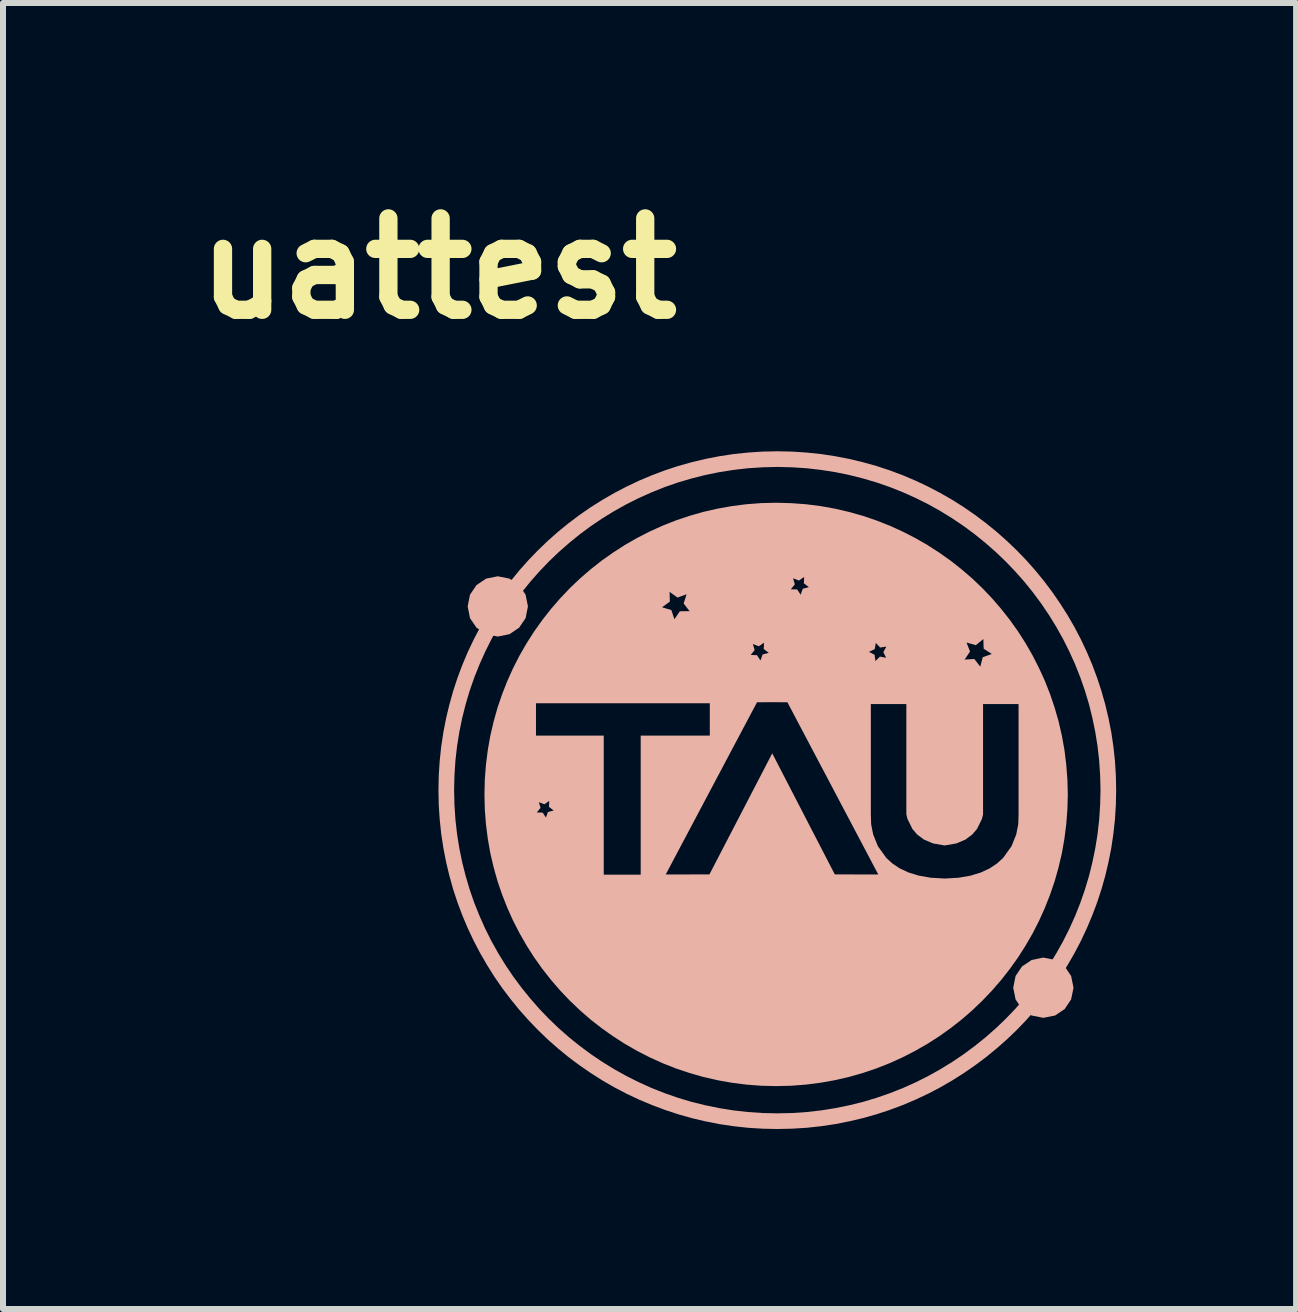
<source format=kicad_pcb>
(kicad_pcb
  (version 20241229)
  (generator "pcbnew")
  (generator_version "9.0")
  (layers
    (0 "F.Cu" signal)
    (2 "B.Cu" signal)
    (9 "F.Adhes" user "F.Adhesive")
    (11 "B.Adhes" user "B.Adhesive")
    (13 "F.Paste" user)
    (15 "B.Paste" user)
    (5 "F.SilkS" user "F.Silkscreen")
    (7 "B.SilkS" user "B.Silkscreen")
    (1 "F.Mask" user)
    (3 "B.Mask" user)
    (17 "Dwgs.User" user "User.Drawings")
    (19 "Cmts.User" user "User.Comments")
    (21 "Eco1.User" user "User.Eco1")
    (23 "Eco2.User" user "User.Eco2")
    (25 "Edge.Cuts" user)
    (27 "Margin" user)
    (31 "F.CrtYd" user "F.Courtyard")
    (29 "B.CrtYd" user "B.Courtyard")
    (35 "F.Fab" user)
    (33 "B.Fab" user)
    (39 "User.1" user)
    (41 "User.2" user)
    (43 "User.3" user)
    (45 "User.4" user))
  (footprint "uattest"
    (layer "F.Cu")
    (at 4.26 4.474)
    (property "Reference" "uattest" (at 0 -3.048 0) (layer "F.SilkS") (effects (font (size 1.524 1.524) (thickness 0.305))))
    (attr exclude_from_pos_files exclude_from_bom)
    (fp_poly (pts (xy 5.573 4.182) (xy 5.573 4.183) (xy 5.569 4.182) (xy 5.573 4.182)) (stroke (width 0) (type solid)) (fill yes) (layer "B.SilkS"))
    (fp_poly (pts (xy 8.448 7.123) (xy 8.448 7.124) (xy 8.444 7.123) (xy 8.448 7.123) (xy 8.448 7.123)) (stroke (width 0) (type solid)) (fill yes) (layer "B.SilkS"))
    (fp_poly (pts (xy 0.487 2.586) (xy 0.526 2.782) (xy 0.634 2.941) (xy 0.794 3.049) (xy 0.989 3.089) (xy 1.185 3.049) (xy 1.345 2.941) (xy 1.453 2.782) (xy 1.492 2.586) (xy 1.453 2.391) (xy 1.345 2.231) (xy 1.185 2.123) (xy 0.989 2.084) (xy 0.794 2.123) (xy 0.634 2.231) (xy 0.526 2.391) (xy 0.487 2.586)) (stroke (width 0) (type solid)) (fill yes) (layer "B.SilkS"))
    (fp_poly (pts (xy 9.583 8.944) (xy 9.622 9.139) (xy 9.73 9.299) (xy 9.89 9.407) (xy 10.085 9.446) (xy 10.281 9.407) (xy 10.441 9.299) (xy 10.548 9.139) (xy 10.588 8.944) (xy 10.548 8.748) (xy 10.441 8.588) (xy 10.281 8.481) (xy 10.085 8.441) (xy 9.89 8.481) (xy 9.73 8.588) (xy 9.622 8.748) (xy 9.583 8.944)) (stroke (width 0) (type solid)) (fill yes) (layer "B.SilkS"))
    (fp_poly (pts (xy 5.633 0.858) (xy 6.097 2.095) (xy 6.01 2.155) (xy 5.912 2.117) (xy 3.854 2.344) (xy 3.858 2.506) (xy 3.728 2.601) (xy 3.883 2.647) (xy 3.934 2.801) (xy 4.025 2.667) (xy 4.187 2.666) (xy 4.088 2.538) (xy 4.137 2.384) (xy 3.985 2.439) (xy 3.854 2.344) (xy 5.912 2.117) (xy 5.942 2.218) (xy 5.875 2.301) (xy 5.981 2.303) (xy 5.428 3.191) (xy 5.341 3.251) (xy 5.242 3.213) (xy 5.272 3.314) (xy 5.206 3.396) (xy 5.311 3.399) (xy 5.369 3.488) (xy 5.404 3.388) (xy 5.507 3.361) (xy 5.423 3.296) (xy 5.428 3.191) (xy 5.981 2.303) (xy 6.038 2.392) (xy 6.074 2.292) (xy 6.176 2.265) (xy 6.092 2.201) (xy 6.097 2.095) (xy 5.633 0.858) (xy 5.883 0.865) (xy 7.292 3.195) (xy 7.274 3.299) (xy 7.178 3.344) (xy 7.272 3.393) (xy 7.285 3.497) (xy 7.361 3.423) (xy 7.464 3.443) (xy 7.417 3.349) (xy 7.468 3.256) (xy 7.364 3.272) (xy 7.292 3.195) (xy 5.883 0.865) (xy 6.13 0.883) (xy 9.085 3.13) (xy 8.96 3.233) (xy 8.804 3.188) (xy 8.863 3.339) (xy 8.772 3.473) (xy 8.934 3.463) (xy 9.034 3.591) (xy 9.074 3.434) (xy 9.226 3.379) (xy 9.09 3.292) (xy 9.085 3.13) (xy 6.13 0.883) (xy 6.373 0.914) (xy 6.612 0.957) (xy 6.847 1.012) (xy 7.078 1.077) (xy 7.304 1.154) (xy 7.525 1.241) (xy 7.74 1.339) (xy 7.949 1.446) (xy 8.153 1.563) (xy 8.35 1.69) (xy 9.672 4.214) (xy 9.08 4.214) (xy 5.569 4.182) (xy 5.565 4.182) (xy 5.561 4.182) (xy 5.561 4.183) (xy 5.311 4.185) (xy 4.524 4.201) (xy 1.626 4.201) (xy 1.626 4.74) (xy 2.756 4.74) (xy 1.848 5.829) (xy 1.766 5.885) (xy 1.674 5.85) (xy 1.702 5.945) (xy 1.639 6.022) (xy 1.738 6.024) (xy 1.792 6.107) (xy 1.825 6.014) (xy 1.921 5.989) (xy 1.842 5.928) (xy 1.848 5.829) (xy 2.756 4.74) (xy 2.756 7.059) (xy 3.372 7.059) (xy 3.372 4.74) (xy 4.524 4.74) (xy 4.524 4.201) (xy 5.311 4.185) (xy 3.789 7.056) (xy 4.518 7.054) (xy 5.565 5.036) (xy 6.608 7.054) (xy 7.333 7.056) (xy 5.818 4.185) (xy 5.569 4.183) (xy 5.569 4.182) (xy 9.08 4.214) (xy 9.08 6.052) (xy 9.062 6.128) (xy 8.979 6.297) (xy 8.899 6.39) (xy 8.786 6.474) (xy 8.635 6.538) (xy 8.44 6.572) (xy 8.246 6.538) (xy 8.095 6.474) (xy 7.982 6.39) (xy 7.902 6.297) (xy 7.819 6.128) (xy 7.801 6.052) (xy 7.801 4.214) (xy 7.209 4.214) (xy 7.209 6.052) (xy 7.214 6.218) (xy 7.248 6.389) (xy 7.327 6.585) (xy 7.468 6.781) (xy 7.568 6.872) (xy 7.689 6.953) (xy 7.836 7.022) (xy 8.009 7.075) (xy 8.208 7.11) (xy 8.437 7.123) (xy 8.437 7.124) (xy 8.44 7.123) (xy 8.444 7.124) (xy 8.444 7.123) (xy 8.673 7.11) (xy 8.872 7.075) (xy 9.045 7.022) (xy 9.192 6.953) (xy 9.313 6.872) (xy 9.413 6.781) (xy 9.554 6.585) (xy 9.633 6.389) (xy 9.667 6.218) (xy 9.672 6.052) (xy 9.672 4.214) (xy 8.35 1.69) (xy 8.541 1.825) (xy 8.724 1.97) (xy 8.901 2.122) (xy 9.069 2.283) (xy 9.23 2.452) (xy 9.383 2.629) (xy 9.527 2.812) (xy 9.663 3.003) (xy 9.789 3.2) (xy 9.906 3.404) (xy 10.013 3.614) (xy 10.111 3.829) (xy 10.198 4.05) (xy 10.274 4.276) (xy 10.34 4.506) (xy 10.394 4.741) (xy 10.437 4.981) (xy 10.467 5.224) (xy 10.486 5.471) (xy 10.493 5.721) (xy 10.486 5.971) (xy 10.467 6.218) (xy 10.436 6.462) (xy 10.394 6.701) (xy 10.339 6.936) (xy 10.274 7.167) (xy 10.197 7.393) (xy 10.11 7.614) (xy 10.013 7.829) (xy 9.906 8.039) (xy 9.788 8.243) (xy 9.662 8.44) (xy 9.526 8.631) (xy 9.382 8.814) (xy 9.229 8.991) (xy 9.068 9.16) (xy 8.899 9.321) (xy 8.723 9.474) (xy 8.539 9.618) (xy 8.348 9.754) (xy 8.151 9.88) (xy 7.947 9.997) (xy 7.738 10.104) (xy 7.522 10.202) (xy 7.302 10.289) (xy 7.076 10.365) (xy 6.845 10.431) (xy 6.61 10.485) (xy 6.37 10.528) (xy 6.127 10.559) (xy 5.88 10.578) (xy 5.629 10.584) (xy 5.379 10.578) (xy 5.132 10.559) (xy 4.889 10.528) (xy 4.649 10.485) (xy 4.414 10.431) (xy 4.183 10.365) (xy 3.957 10.289) (xy 3.737 10.202) (xy 3.521 10.104) (xy 3.312 9.997) (xy 3.108 9.88) (xy 2.911 9.753) (xy 2.72 9.618) (xy 2.536 9.474) (xy 2.36 9.321) (xy 2.191 9.16) (xy 2.03 8.991) (xy 1.877 8.814) (xy 1.733 8.631) (xy 1.597 8.44) (xy 1.471 8.243) (xy 1.354 8.039) (xy 1.246 7.829) (xy 1.149 7.614) (xy 1.062 7.393) (xy 0.985 7.167) (xy 0.92 6.936) (xy 0.865 6.701) (xy 0.823 6.462) (xy 0.792 6.218) (xy 0.773 5.971) (xy 0.767 5.721) (xy 0.773 5.471) (xy 0.792 5.224) (xy 0.823 4.98) (xy 0.865 4.741) (xy 0.92 4.506) (xy 0.985 4.275) (xy 1.062 4.049) (xy 1.149 3.828) (xy 1.246 3.613) (xy 1.353 3.403) (xy 1.471 3.199) (xy 1.597 3.002) (xy 1.733 2.811) (xy 1.877 2.628) (xy 2.03 2.451) (xy 2.191 2.282) (xy 2.36 2.121) (xy 2.536 1.969) (xy 2.72 1.824) (xy 2.911 1.689) (xy 3.108 1.562) (xy 3.312 1.445) (xy 3.521 1.338) (xy 3.737 1.24) (xy 3.957 1.153) (xy 4.183 1.077) (xy 4.414 1.011) (xy 4.649 0.957) (xy 4.889 0.914) (xy 5.132 0.883) (xy 5.379 0.864) (xy 5.629 0.858) (xy 5.633 0.858)) (stroke (width 0) (type solid)) (fill yes) (layer "B.SilkS"))
    (fp_poly (pts (xy 5.65 0) (xy 5.65 0.261) (xy 5.403 0.267) (xy 5.159 0.283) (xy 4.918 0.311) (xy 4.681 0.348) (xy 4.447 0.396) (xy 4.217 0.454) (xy 3.991 0.521) (xy 3.769 0.598) (xy 3.552 0.685) (xy 3.34 0.78) (xy 3.132 0.884) (xy 2.93 0.997) (xy 2.733 1.118) (xy 2.542 1.247) (xy 2.357 1.384) (xy 2.178 1.529) (xy 2.005 1.681) (xy 1.839 1.84) (xy 1.68 2.006) (xy 1.529 2.178) (xy 1.384 2.357) (xy 1.247 2.542) (xy 1.118 2.733) (xy 0.997 2.93) (xy 0.884 3.132) (xy 0.78 3.34) (xy 0.685 3.552) (xy 0.598 3.77) (xy 0.521 3.991) (xy 0.454 4.217) (xy 0.396 4.447) (xy 0.348 4.681) (xy 0.31 4.919) (xy 0.283 5.159) (xy 0.267 5.403) (xy 0.261 5.65) (xy 0.267 5.896) (xy 0.283 6.14) (xy 0.31 6.381) (xy 0.348 6.618) (xy 0.396 6.852) (xy 0.454 7.082) (xy 0.521 7.308) (xy 0.598 7.53) (xy 0.685 7.747) (xy 0.78 7.96) (xy 0.884 8.167) (xy 0.997 8.369) (xy 1.118 8.566) (xy 1.247 8.757) (xy 1.384 8.942) (xy 1.529 9.121) (xy 1.68 9.294) (xy 1.839 9.46) (xy 2.005 9.619) (xy 2.178 9.771) (xy 2.357 9.915) (xy 2.542 10.052) (xy 2.733 10.181) (xy 2.93 10.302) (xy 3.132 10.415) (xy 3.34 10.519) (xy 3.552 10.615) (xy 3.769 10.701) (xy 3.991 10.778) (xy 4.217 10.846) (xy 4.447 10.903) (xy 4.681 10.951) (xy 4.918 10.989) (xy 5.159 11.016) (xy 5.403 11.033) (xy 5.65 11.038) (xy 5.896 11.033) (xy 6.14 11.016) (xy 6.381 10.989) (xy 6.618 10.951) (xy 6.852 10.903) (xy 7.082 10.846) (xy 7.308 10.778) (xy 7.53 10.701) (xy 7.747 10.615) (xy 7.96 10.519) (xy 8.167 10.415) (xy 8.369 10.302) (xy 8.566 10.181) (xy 8.757 10.052) (xy 8.942 9.915) (xy 9.121 9.771) (xy 9.294 9.619) (xy 9.46 9.46) (xy 9.619 9.294) (xy 9.771 9.121) (xy 9.915 8.942) (xy 10.052 8.757) (xy 10.181 8.566) (xy 10.302 8.369) (xy 10.415 8.167) (xy 10.519 7.96) (xy 10.615 7.747) (xy 10.701 7.53) (xy 10.778 7.308) (xy 10.846 7.082) (xy 10.903 6.852) (xy 10.951 6.618) (xy 10.989 6.381) (xy 11.016 6.14) (xy 11.032 5.896) (xy 11.038 5.65) (xy 11.032 5.403) (xy 11.016 5.159) (xy 10.989 4.919) (xy 10.951 4.681) (xy 10.903 4.447) (xy 10.846 4.217) (xy 10.778 3.991) (xy 10.701 3.77) (xy 10.615 3.552) (xy 10.519 3.34) (xy 10.415 3.132) (xy 10.302 2.93) (xy 10.181 2.733) (xy 10.052 2.542) (xy 9.915 2.357) (xy 9.771 2.178) (xy 9.619 2.006) (xy 9.46 1.84) (xy 9.294 1.681) (xy 9.121 1.529) (xy 8.942 1.384) (xy 8.757 1.247) (xy 8.566 1.118) (xy 8.369 0.997) (xy 8.167 0.884) (xy 7.96 0.78) (xy 7.747 0.685) (xy 7.53 0.598) (xy 7.308 0.521) (xy 7.082 0.454) (xy 6.852 0.396) (xy 6.618 0.348) (xy 6.381 0.311) (xy 6.14 0.283) (xy 5.896 0.267) (xy 5.65 0.261) (xy 5.65 0) (xy 5.895 0.005) (xy 6.137 0.021) (xy 6.377 0.046) (xy 6.613 0.082) (xy 6.846 0.127) (xy 7.076 0.182) (xy 7.302 0.245) (xy 7.524 0.318) (xy 7.742 0.4) (xy 7.955 0.49) (xy 8.164 0.589) (xy 8.368 0.696) (xy 8.567 0.81) (xy 8.761 0.933) (xy 8.949 1.063) (xy 9.132 1.201) (xy 9.309 1.345) (xy 9.48 1.497) (xy 9.645 1.655) (xy 9.803 1.819) (xy 9.954 1.99) (xy 10.099 2.167) (xy 10.236 2.35) (xy 10.366 2.539) (xy 10.489 2.732) (xy 10.604 2.931) (xy 10.711 3.136) (xy 10.809 3.344) (xy 10.9 3.558) (xy 10.981 3.776) (xy 11.054 3.998) (xy 11.118 4.224) (xy 11.172 4.453) (xy 11.218 4.686) (xy 11.253 4.923) (xy 11.279 5.162) (xy 11.294 5.405) (xy 11.299 5.65) (xy 11.294 5.895) (xy 11.279 6.137) (xy 11.253 6.377) (xy 11.218 6.613) (xy 11.172 6.846) (xy 11.118 7.076) (xy 11.054 7.302) (xy 10.981 7.524) (xy 10.899 7.742) (xy 10.809 7.955) (xy 10.711 8.164) (xy 10.604 8.368) (xy 10.489 8.567) (xy 10.366 8.761) (xy 10.236 8.949) (xy 10.099 9.132) (xy 9.954 9.309) (xy 9.803 9.48) (xy 9.645 9.645) (xy 9.48 9.803) (xy 9.309 9.954) (xy 9.132 10.099) (xy 8.949 10.236) (xy 8.761 10.366) (xy 8.567 10.489) (xy 8.368 10.604) (xy 8.164 10.711) (xy 7.955 10.809) (xy 7.741 10.9) (xy 7.524 10.981) (xy 7.302 11.054) (xy 7.076 11.118) (xy 6.846 11.172) (xy 6.613 11.218) (xy 6.377 11.253) (xy 6.137 11.279) (xy 5.895 11.294) (xy 5.65 11.299) (xy 5.405 11.294) (xy 5.162 11.279) (xy 4.923 11.253) (xy 4.686 11.218) (xy 4.453 11.172) (xy 4.223 11.118) (xy 3.998 11.054) (xy 3.776 10.981) (xy 3.558 10.899) (xy 3.344 10.809) (xy 3.136 10.711) (xy 2.931 10.604) (xy 2.732 10.489) (xy 2.539 10.366) (xy 2.35 10.236) (xy 2.167 10.099) (xy 1.99 9.954) (xy 1.819 9.803) (xy 1.655 9.645) (xy 1.497 9.48) (xy 1.345 9.309) (xy 1.201 9.132) (xy 1.063 8.949) (xy 0.933 8.761) (xy 0.811 8.567) (xy 0.696 8.368) (xy 0.589 8.164) (xy 0.49 7.955) (xy 0.4 7.742) (xy 0.318 7.524) (xy 0.245 7.302) (xy 0.182 7.076) (xy 0.127 6.846) (xy 0.082 6.613) (xy 0.046 6.377) (xy 0.021 6.137) (xy 0.005 5.895) (xy 0 5.65) (xy 0.005 5.405) (xy 0.021 5.162) (xy 0.046 4.923) (xy 0.082 4.686) (xy 0.127 4.453) (xy 0.182 4.224) (xy 0.245 3.998) (xy 0.318 3.776) (xy 0.4 3.558) (xy 0.49 3.344) (xy 0.589 3.136) (xy 0.696 2.932) (xy 0.81 2.732) (xy 0.933 2.539) (xy 1.063 2.35) (xy 1.201 2.167) (xy 1.345 1.99) (xy 1.497 1.819) (xy 1.655 1.655) (xy 1.819 1.497) (xy 1.99 1.345) (xy 2.167 1.201) (xy 2.35 1.063) (xy 2.538 0.933) (xy 2.732 0.811) (xy 2.931 0.696) (xy 3.136 0.589) (xy 3.344 0.49) (xy 3.558 0.4) (xy 3.776 0.318) (xy 3.998 0.245) (xy 4.223 0.182) (xy 4.453 0.127) (xy 4.686 0.082) (xy 4.923 0.046) (xy 5.162 0.021) (xy 5.405 0.005) (xy 5.65 0)) (stroke (width 0) (type solid)) (fill yes) (layer "B.SilkS")))
  (gr_rect
    (start -3 -3)
    (end 18.559 18.774)
    (stroke (width 0.1) (type default))
    (fill no)
    (layer "Edge.Cuts")))
</source>
